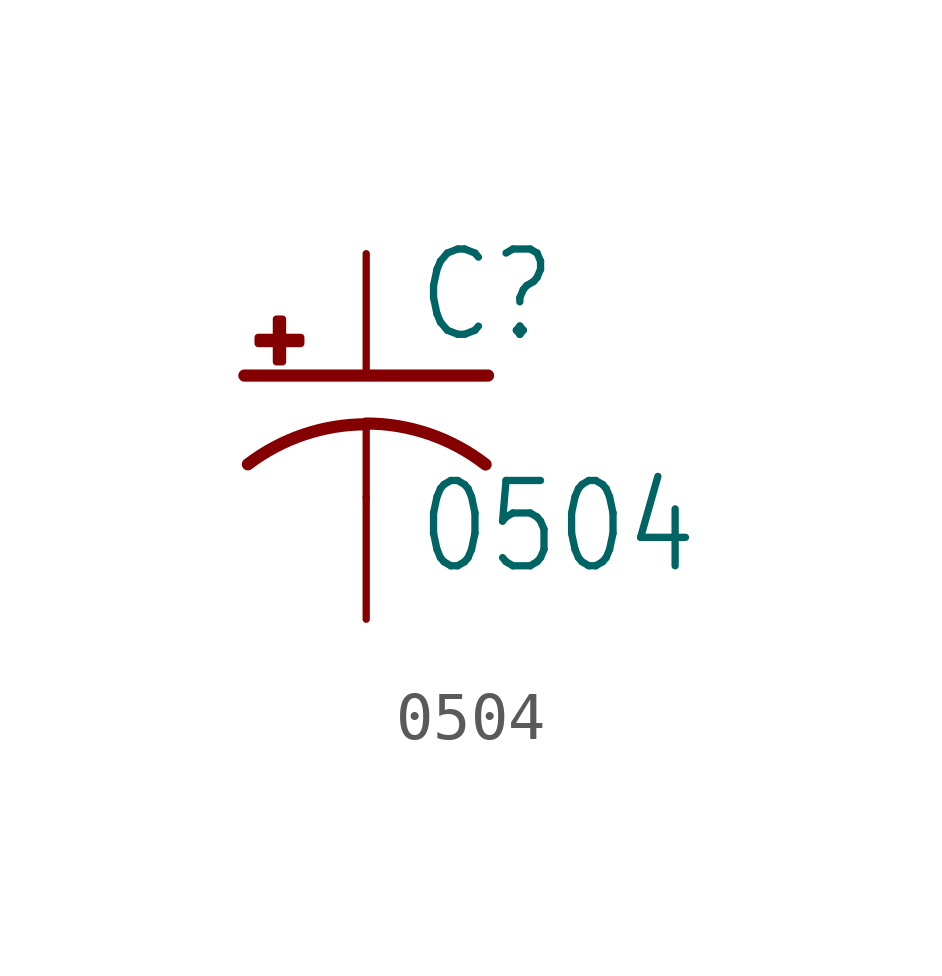
<source format=kicad_sym>
(kicad_symbol_lib
  (version 20211014)
  (generator kicad_symbol_editor)
  (symbol "0504"
    (property "Reference" "C"
      (at 1.016 0.635 0)
      (effects (font (size 1.778 1.511)) (justify left bottom)))
    (property "Value" "0504"
      (at 1.016 -4.191 0)
      (effects (font (size 1.778 1.511)) (justify left bottom)))
    (property "ki_locked" ""
      (at 0 0 0)
      (effects (font (size 1.27 1.27))))
    (symbol "0504_1_0"
      (rectangle (start -2.253 0.668) (end -1.364 0.795) (stroke (width 0) (type default) (color 0 0 0 0)) (fill (type outline)))
      (rectangle (start -1.872 0.287) (end -1.745 1.176) (stroke (width 0) (type default) (color 0 0 0 0)) (fill (type outline)))
      (arc (start 0 -1.0161) (mid -1.3021 -1.2303) (end -2.4669 -1.8504) (stroke (width 0.254) (type default) (color 0 0 0 0)) (fill (type none)))
      (polyline (pts (xy -2.54 0) (xy 2.54 0)) (stroke (width 0.254) (type default) (color 0 0 0 0)) (fill (type none)))
      (polyline (pts (xy 0 -1.016) (xy 0 -2.54)) (stroke (width 0.152) (type default) (color 0 0 0 0)) (fill (type none)))
      (arc (start 2.4892 -1.8542) (mid 1.3158 -1.2195) (end 0 -1) (stroke (width 0.254) (type default) (color 0 0 0 0)) (fill (type none)))
      (pin passive line (at 0 2.54 270) (length 2.54) (name "+" (effects (font (size 0 0)))) (number "+" (effects (font (size 0 0)))))
      (pin passive line (at 0 -5.08 90) (length 2.54) (name "-" (effects (font (size 0 0)))) (number "-" (effects (font (size 0 0))))))))
</source>
